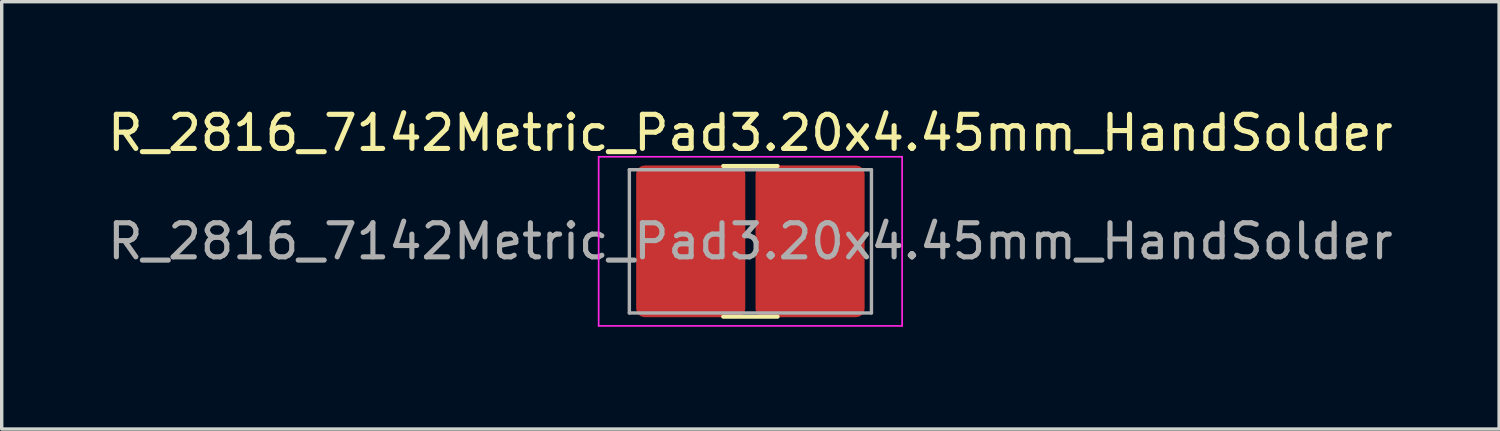
<source format=kicad_pcb>
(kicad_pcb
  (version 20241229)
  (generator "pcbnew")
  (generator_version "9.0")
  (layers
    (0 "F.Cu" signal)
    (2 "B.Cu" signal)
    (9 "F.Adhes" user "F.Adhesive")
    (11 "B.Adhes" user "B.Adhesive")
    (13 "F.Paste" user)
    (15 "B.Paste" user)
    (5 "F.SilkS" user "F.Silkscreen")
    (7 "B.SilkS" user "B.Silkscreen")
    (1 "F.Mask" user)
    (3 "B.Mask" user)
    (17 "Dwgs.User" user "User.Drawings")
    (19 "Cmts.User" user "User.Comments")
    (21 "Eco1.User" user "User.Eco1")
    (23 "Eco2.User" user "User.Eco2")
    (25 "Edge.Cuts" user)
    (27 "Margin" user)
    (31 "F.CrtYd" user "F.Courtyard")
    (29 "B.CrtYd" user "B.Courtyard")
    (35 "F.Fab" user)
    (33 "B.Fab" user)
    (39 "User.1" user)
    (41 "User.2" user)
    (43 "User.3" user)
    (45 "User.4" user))
  (footprint "R_2816_7142Metric_Pad3.20x4.45mm_HandSolder"
    (layer "F.Cu")
    (at 18.958 4.028)
    (property "Reference" "R_2816_7142Metric_Pad3.20x4.45mm_HandSolder" (at 0 -3.18 0) (layer "F.SilkS") (effects (font (size 1 1) (thickness 0.15))))
    (attr smd)
    (fp_line (start -0.797 -2.21) (end 0.797 -2.21) (stroke (width 0.12) (type solid)) (layer "F.SilkS"))
    (fp_line (start -0.797 2.21) (end 0.797 2.21) (stroke (width 0.12) (type solid)) (layer "F.SilkS"))
    (fp_line (start -4.45 -2.48) (end 4.45 -2.48) (stroke (width 0.05) (type solid)) (layer "F.CrtYd"))
    (fp_line (start -4.45 2.48) (end -4.45 -2.48) (stroke (width 0.05) (type solid)) (layer "F.CrtYd"))
    (fp_line (start 4.45 -2.48) (end 4.45 2.48) (stroke (width 0.05) (type solid)) (layer "F.CrtYd"))
    (fp_line (start 4.45 2.48) (end -4.45 2.48) (stroke (width 0.05) (type solid)) (layer "F.CrtYd"))
    (fp_line (start -3.55 -2.1) (end 3.55 -2.1) (stroke (width 0.1) (type solid)) (layer "F.Fab"))
    (fp_line (start -3.55 2.1) (end -3.55 -2.1) (stroke (width 0.1) (type solid)) (layer "F.Fab"))
    (fp_line (start 3.55 -2.1) (end 3.55 2.1) (stroke (width 0.1) (type solid)) (layer "F.Fab"))
    (fp_line (start 3.55 2.1) (end -3.55 2.1) (stroke (width 0.1) (type solid)) (layer "F.Fab"))
    (fp_text user "${REFERENCE}" (at 0 0 0) (layer "F.Fab") (effects (font (size 1 1) (thickness 0.15))))
    (pad "1" smd roundrect (at -1.75 0) (size 3.2 4.45) (layers "F.Cu" "F.Mask" "F.Paste") (roundrect_rratio 0.078))
    (pad "2" smd roundrect (at 1.75 0) (size 3.2 4.45) (layers "F.Cu" "F.Mask" "F.Paste") (roundrect_rratio 0.078)))
  (gr_rect
    (start -3 -3)
    (end 40.917 9.533)
    (stroke (width 0.1) (type default))
    (fill no)
    (layer "Edge.Cuts")))
</source>
